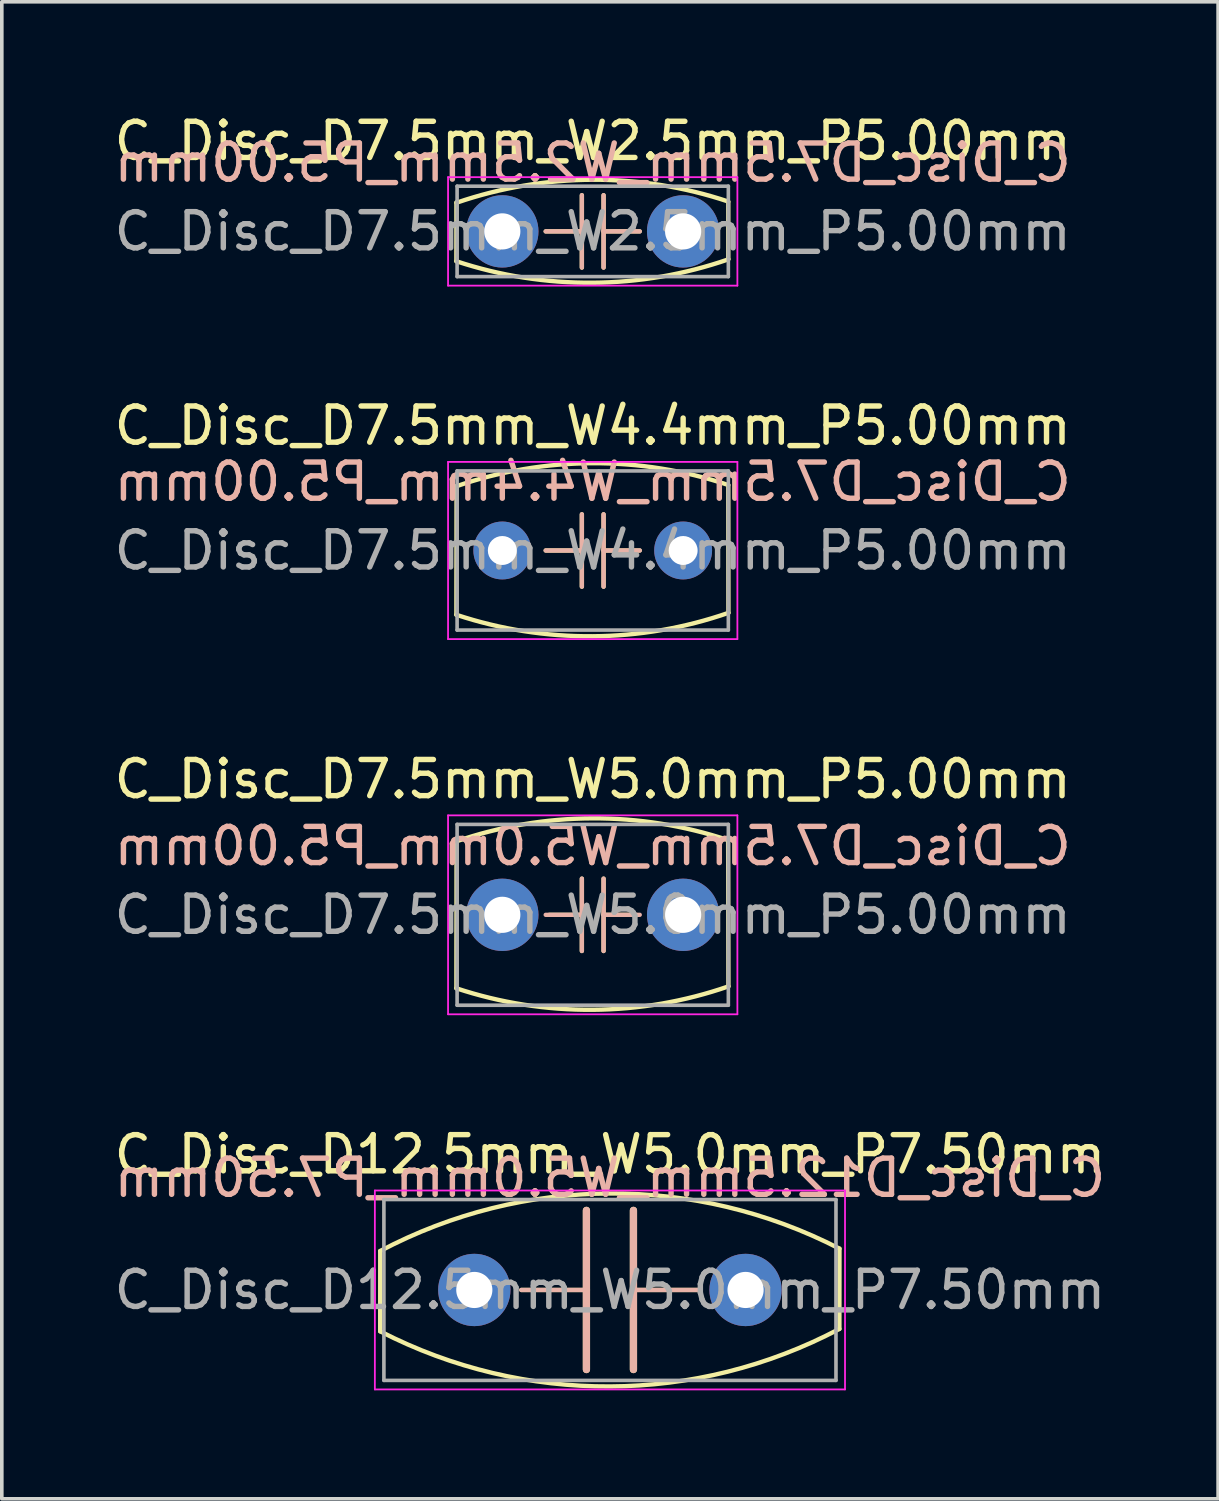
<source format=kicad_pcb>
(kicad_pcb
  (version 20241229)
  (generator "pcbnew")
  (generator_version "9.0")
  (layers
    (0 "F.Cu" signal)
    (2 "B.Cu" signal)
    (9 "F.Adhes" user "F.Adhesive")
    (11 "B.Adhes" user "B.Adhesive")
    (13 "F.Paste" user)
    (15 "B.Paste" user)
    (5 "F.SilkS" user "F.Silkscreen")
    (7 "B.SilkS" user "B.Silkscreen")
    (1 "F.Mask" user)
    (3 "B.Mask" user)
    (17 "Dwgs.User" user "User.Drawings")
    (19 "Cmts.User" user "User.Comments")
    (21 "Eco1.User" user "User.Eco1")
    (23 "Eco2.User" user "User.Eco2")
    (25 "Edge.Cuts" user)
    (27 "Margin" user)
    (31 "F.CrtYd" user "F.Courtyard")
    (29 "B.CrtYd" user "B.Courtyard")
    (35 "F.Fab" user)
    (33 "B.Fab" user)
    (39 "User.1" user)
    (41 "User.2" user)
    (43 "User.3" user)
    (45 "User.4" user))
  (footprint "C_Disc_D7.5mm_W2.5mm_P5.00mm"
    (layer "F.Cu")
    (at 10.839 3.348)
    (property "Reference" "C_Disc_D7.5mm_W2.5mm_P5.00mm" (at 2.5 -2.5 0) (layer "F.SilkS") (effects (font (size 1 1) (thickness 0.15))))
    (fp_line (start -1.27 0.826) (end -1.269 -0.804) (stroke (width 0.12) (type solid)) (layer "F.SilkS"))
    (fp_line (start 1.2 0) (end 2.2 0) (stroke (width 0.12) (type solid)) (layer "F.SilkS"))
    (fp_line (start 2.2 0) (end 2.2 -1) (stroke (width 0.12) (type solid)) (layer "F.SilkS"))
    (fp_line (start 2.2 0) (end 2.2 1) (stroke (width 0.12) (type solid)) (layer "F.SilkS"))
    (fp_line (start 2.8 -1) (end 2.8 1) (stroke (width 0.12) (type solid)) (layer "F.SilkS"))
    (fp_line (start 2.8 0) (end 3.8 0) (stroke (width 0.12) (type solid)) (layer "F.SilkS"))
    (fp_line (start 6.248 0.762) (end 6.248 -0.813) (stroke (width 0.12) (type solid)) (layer "F.SilkS"))
    (fp_arc (start -1.265365 -0.79267) (mid 2.488814 -1.427831) (end 6.2484 -0.8255) (stroke (width 0.12) (type solid)) (layer "F.SilkS"))
    (fp_arc (start 6.252064 0.772554) (mid 2.4954 1.419637) (end -1.27 0.8255) (stroke (width 0.12) (type solid)) (layer "F.SilkS"))
    (fp_line (start 1.2 0) (end 2.2 0) (stroke (width 0.12) (type solid)) (layer "B.SilkS"))
    (fp_line (start 2.2 0) (end 2.2 -1) (stroke (width 0.12) (type solid)) (layer "B.SilkS"))
    (fp_line (start 2.2 0) (end 2.2 1) (stroke (width 0.12) (type solid)) (layer "B.SilkS"))
    (fp_line (start 2.8 0) (end 3.8 0) (stroke (width 0.12) (type solid)) (layer "B.SilkS"))
    (fp_line (start 2.8 1) (end 2.8 -1) (stroke (width 0.12) (type solid)) (layer "B.SilkS"))
    (fp_line (start -1.5 -1.5) (end -1.5 1.5) (stroke (width 0.05) (type solid)) (layer "F.CrtYd"))
    (fp_line (start -1.5 1.5) (end 6.5 1.5) (stroke (width 0.05) (type solid)) (layer "F.CrtYd"))
    (fp_line (start 6.5 -1.5) (end -1.5 -1.5) (stroke (width 0.05) (type solid)) (layer "F.CrtYd"))
    (fp_line (start 6.5 1.5) (end 6.5 -1.5) (stroke (width 0.05) (type solid)) (layer "F.CrtYd"))
    (fp_line (start -1.25 -1.25) (end -1.25 1.25) (stroke (width 0.1) (type solid)) (layer "F.Fab"))
    (fp_line (start -1.25 1.25) (end 6.25 1.25) (stroke (width 0.1) (type solid)) (layer "F.Fab"))
    (fp_line (start 6.25 -1.25) (end -1.25 -1.25) (stroke (width 0.1) (type solid)) (layer "F.Fab"))
    (fp_line (start 6.25 1.25) (end 6.25 -1.25) (stroke (width 0.1) (type solid)) (layer "F.Fab"))
    (fp_text user "${REFERENCE}" (at 2.5 -1.9 0) (layer "B.SilkS") (effects (font (size 1 1) (thickness 0.15)) (justify mirror)))
    (fp_text user "${REFERENCE}" (at 2.5 0 0) (layer "F.Fab") (effects (font (size 1 1) (thickness 0.15))))
    (pad "1" thru_hole circle (at 0 0) (size 2 2) (drill 1) (layers "*.Cu" "*.Mask"))
    (pad "2" thru_hole circle (at 5 0) (size 2 2) (drill 1) (layers "*.Cu" "*.Mask")))
  (footprint "C_Disc_D7.5mm_W5.0mm_P5.00mm"
    (layer "F.Cu")
    (at 10.839 22.245)
    (property "Reference" "C_Disc_D7.5mm_W5.0mm_P5.00mm" (at 2.5 -3.75 0) (layer "F.SilkS") (effects (font (size 1 1) (thickness 0.15))))
    (fp_line (start -1.27 2.032) (end -1.265 -2.032) (stroke (width 0.12) (type solid)) (layer "F.SilkS"))
    (fp_line (start 1.3 0) (end 2.2 0) (stroke (width 0.12) (type solid)) (layer "F.SilkS"))
    (fp_line (start 2.2 0) (end 2.2 -1) (stroke (width 0.12) (type solid)) (layer "F.SilkS"))
    (fp_line (start 2.2 0) (end 2.2 1) (stroke (width 0.12) (type solid)) (layer "F.SilkS"))
    (fp_line (start 2.8 -1) (end 2.8 1) (stroke (width 0.12) (type solid)) (layer "F.SilkS"))
    (fp_line (start 2.8 0) (end 3.7 0) (stroke (width 0.12) (type solid)) (layer "F.SilkS"))
    (fp_line (start 6.252 1.979) (end 6.244 -2.065) (stroke (width 0.12) (type solid)) (layer "F.SilkS"))
    (fp_arc (start -1.27 -2.032) (mid 2.484179 -2.667161) (end 6.243765 -2.06483) (stroke (width 0.12) (type solid)) (layer "F.SilkS"))
    (fp_arc (start 6.252064 1.979054) (mid 2.4954 2.626137) (end -1.27 2.032) (stroke (width 0.12) (type solid)) (layer "F.SilkS"))
    (fp_line (start 1.2 0) (end 2.2 0) (stroke (width 0.12) (type solid)) (layer "B.SilkS"))
    (fp_line (start 2.2 0) (end 2.2 -1) (stroke (width 0.12) (type solid)) (layer "B.SilkS"))
    (fp_line (start 2.2 0) (end 2.2 1) (stroke (width 0.12) (type solid)) (layer "B.SilkS"))
    (fp_line (start 2.8 0) (end 3.8 0) (stroke (width 0.12) (type solid)) (layer "B.SilkS"))
    (fp_line (start 2.8 1) (end 2.8 -1) (stroke (width 0.12) (type solid)) (layer "B.SilkS"))
    (fp_line (start -1.5 -2.75) (end -1.5 2.75) (stroke (width 0.05) (type solid)) (layer "F.CrtYd"))
    (fp_line (start -1.5 2.75) (end 6.5 2.75) (stroke (width 0.05) (type solid)) (layer "F.CrtYd"))
    (fp_line (start 6.5 -2.75) (end -1.5 -2.75) (stroke (width 0.05) (type solid)) (layer "F.CrtYd"))
    (fp_line (start 6.5 2.75) (end 6.5 -2.75) (stroke (width 0.05) (type solid)) (layer "F.CrtYd"))
    (fp_line (start -1.25 -2.5) (end -1.25 2.5) (stroke (width 0.1) (type solid)) (layer "F.Fab"))
    (fp_line (start -1.25 2.5) (end 6.25 2.5) (stroke (width 0.1) (type solid)) (layer "F.Fab"))
    (fp_line (start 6.25 -2.5) (end -1.25 -2.5) (stroke (width 0.1) (type solid)) (layer "F.Fab"))
    (fp_line (start 6.25 2.5) (end 6.25 -2.5) (stroke (width 0.1) (type solid)) (layer "F.Fab"))
    (fp_text user "${REFERENCE}" (at 2.5 -1.9 0) (layer "B.SilkS") (effects (font (size 1 1) (thickness 0.15)) (justify mirror)))
    (fp_text user "${REFERENCE}" (at 2.5 0 0) (layer "F.Fab") (effects (font (size 1 1) (thickness 0.15))))
    (pad "1" thru_hole circle (at 0 0) (size 2 2) (drill 1) (layers "*.Cu" "*.Mask"))
    (pad "2" thru_hole circle (at 5 0) (size 2 2) (drill 1) (layers "*.Cu" "*.Mask")))
  (footprint "C_Disc_D7.5mm_W4.4mm_P5.00mm"
    (layer "F.Cu")
    (at 10.839 12.171)
    (property "Reference" "C_Disc_D7.5mm_W4.4mm_P5.00mm" (at 2.5 -3.45 0) (layer "F.SilkS") (effects (font (size 1 1) (thickness 0.15))))
    (fp_line (start -1.27 1.778) (end -1.265 -1.778) (stroke (width 0.12) (type solid)) (layer "F.SilkS"))
    (fp_line (start 1.2 0) (end 2.2 0) (stroke (width 0.12) (type solid)) (layer "F.SilkS"))
    (fp_line (start 2.2 0) (end 2.2 -1) (stroke (width 0.12) (type solid)) (layer "F.SilkS"))
    (fp_line (start 2.2 0) (end 2.2 1) (stroke (width 0.12) (type solid)) (layer "F.SilkS"))
    (fp_line (start 2.8 -1) (end 2.8 1) (stroke (width 0.12) (type solid)) (layer "F.SilkS"))
    (fp_line (start 2.8 0) (end 3.8 0) (stroke (width 0.12) (type solid)) (layer "F.SilkS"))
    (fp_line (start 6.252 1.725) (end 6.248 -1.811) (stroke (width 0.12) (type solid)) (layer "F.SilkS"))
    (fp_arc (start -1.265365 -1.778) (mid 2.488814 -2.413161) (end 6.2484 -1.81083) (stroke (width 0.12) (type solid)) (layer "F.SilkS"))
    (fp_arc (start 6.252064 1.725054) (mid 2.4954 2.372137) (end -1.27 1.778) (stroke (width 0.12) (type solid)) (layer "F.SilkS"))
    (fp_line (start 1.2 0) (end 2.2 0) (stroke (width 0.12) (type solid)) (layer "B.SilkS"))
    (fp_line (start 2.2 0) (end 2.2 -1) (stroke (width 0.12) (type solid)) (layer "B.SilkS"))
    (fp_line (start 2.2 0) (end 2.2 1) (stroke (width 0.12) (type solid)) (layer "B.SilkS"))
    (fp_line (start 2.8 0) (end 3.8 0) (stroke (width 0.12) (type solid)) (layer "B.SilkS"))
    (fp_line (start 2.8 1) (end 2.8 -1) (stroke (width 0.12) (type solid)) (layer "B.SilkS"))
    (fp_line (start -1.5 -2.45) (end -1.5 2.45) (stroke (width 0.05) (type solid)) (layer "F.CrtYd"))
    (fp_line (start -1.5 2.45) (end 6.5 2.45) (stroke (width 0.05) (type solid)) (layer "F.CrtYd"))
    (fp_line (start 6.5 -2.45) (end -1.5 -2.45) (stroke (width 0.05) (type solid)) (layer "F.CrtYd"))
    (fp_line (start 6.5 2.45) (end 6.5 -2.45) (stroke (width 0.05) (type solid)) (layer "F.CrtYd"))
    (fp_line (start -1.25 -2.2) (end -1.25 2.2) (stroke (width 0.1) (type solid)) (layer "F.Fab"))
    (fp_line (start -1.25 2.2) (end 6.25 2.2) (stroke (width 0.1) (type solid)) (layer "F.Fab"))
    (fp_line (start 6.25 -2.2) (end -1.25 -2.2) (stroke (width 0.1) (type solid)) (layer "F.Fab"))
    (fp_line (start 6.25 2.2) (end 6.25 -2.2) (stroke (width 0.1) (type solid)) (layer "F.Fab"))
    (fp_text user "${REFERENCE}" (at 2.5 -1.9 0) (layer "B.SilkS") (effects (font (size 1 1) (thickness 0.15)) (justify mirror)))
    (fp_text user "${REFERENCE}" (at 2.5 0 0) (layer "F.Fab") (effects (font (size 1 1) (thickness 0.15))))
    (pad "1" thru_hole circle (at 0 0) (size 1.6 1.6) (drill 0.8) (layers "*.Cu" "*.Mask"))
    (pad "2" thru_hole circle (at 5 0) (size 1.6 1.6) (drill 0.8) (layers "*.Cu" "*.Mask")))
  (footprint "C_Disc_D12.5mm_W5.0mm_P7.50mm"
    (layer "F.Cu")
    (at 10.065 32.618)
    (property "Reference" "C_Disc_D12.5mm_W5.0mm_P7.50mm" (at 3.75 -3.75 0) (layer "F.SilkS") (effects (font (size 1 1) (thickness 0.15))))
    (fp_line (start -2.603 1.143) (end -2.602 -1.077) (stroke (width 0.12) (type solid)) (layer "F.SilkS"))
    (fp_line (start 1.3 0) (end 3.1 0) (stroke (width 0.12) (type solid)) (layer "F.SilkS"))
    (fp_line (start 3.1 0) (end 3.1 -2.2) (stroke (width 0.2) (type solid)) (layer "F.SilkS"))
    (fp_line (start 3.1 0) (end 3.1 2.2) (stroke (width 0.2) (type solid)) (layer "F.SilkS"))
    (fp_line (start 4.4 0) (end 4.4 -2.2) (stroke (width 0.2) (type solid)) (layer "F.SilkS"))
    (fp_line (start 4.4 0) (end 4.4 2.2) (stroke (width 0.2) (type solid)) (layer "F.SilkS"))
    (fp_line (start 4.4 0) (end 6.2 0) (stroke (width 0.12) (type solid)) (layer "F.SilkS"))
    (fp_line (start 10.097 -1.143) (end 10.095 1.077) (stroke (width 0.12) (type solid)) (layer "F.SilkS"))
    (fp_arc (start -2.602332 -1.077291) (mid 3.739022 -2.668139) (end 10.0965 -1.143) (stroke (width 0.12) (type solid)) (layer "F.SilkS"))
    (fp_arc (start 10.095332 1.077291) (mid 3.753978 2.668139) (end -2.6035 1.143) (stroke (width 0.12) (type solid)) (layer "F.SilkS"))
    (fp_line (start 1.3 0) (end 3.048 0) (stroke (width 0.12) (type solid)) (layer "B.SilkS"))
    (fp_line (start 3.1 0) (end 3.1 -2.2) (stroke (width 0.2) (type solid)) (layer "B.SilkS"))
    (fp_line (start 3.1 0) (end 3.1 2.2) (stroke (width 0.2) (type solid)) (layer "B.SilkS"))
    (fp_line (start 4.4 0) (end 4.4 -2.2) (stroke (width 0.2) (type solid)) (layer "B.SilkS"))
    (fp_line (start 4.4 0) (end 4.4 2.2) (stroke (width 0.2) (type solid)) (layer "B.SilkS"))
    (fp_line (start 4.445 0) (end 6.2 0) (stroke (width 0.12) (type solid)) (layer "B.SilkS"))
    (fp_line (start -2.75 -2.75) (end -2.75 2.75) (stroke (width 0.05) (type solid)) (layer "F.CrtYd"))
    (fp_line (start -2.75 2.75) (end 10.25 2.75) (stroke (width 0.05) (type solid)) (layer "F.CrtYd"))
    (fp_line (start 10.25 -2.75) (end -2.75 -2.75) (stroke (width 0.05) (type solid)) (layer "F.CrtYd"))
    (fp_line (start 10.25 2.75) (end 10.25 -2.75) (stroke (width 0.05) (type solid)) (layer "F.CrtYd"))
    (fp_line (start -2.5 -2.5) (end -2.5 2.5) (stroke (width 0.1) (type solid)) (layer "F.Fab"))
    (fp_line (start -2.5 2.5) (end 10 2.5) (stroke (width 0.1) (type solid)) (layer "F.Fab"))
    (fp_line (start 10 -2.5) (end -2.5 -2.5) (stroke (width 0.1) (type solid)) (layer "F.Fab"))
    (fp_line (start 10 2.5) (end 10 -2.5) (stroke (width 0.1) (type solid)) (layer "F.Fab"))
    (fp_text user "${REFERENCE}" (at 3.75 -3.1 0) (layer "B.SilkS") (effects (font (size 1 1) (thickness 0.15)) (justify mirror)))
    (fp_text user "${REFERENCE}" (at 3.75 0 0) (layer "F.Fab") (effects (font (size 1 1) (thickness 0.15))))
    (pad "1" thru_hole circle (at 0 0) (size 2 2) (drill 1) (layers "*.Cu" "*.Mask"))
    (pad "2" thru_hole circle (at 7.5 0) (size 2 2) (drill 1) (layers "*.Cu" "*.Mask")))
  (gr_rect
    (start -3 -3)
    (end 30.631 38.393)
    (stroke (width 0.1) (type default))
    (fill no)
    (layer "Edge.Cuts")))
</source>
